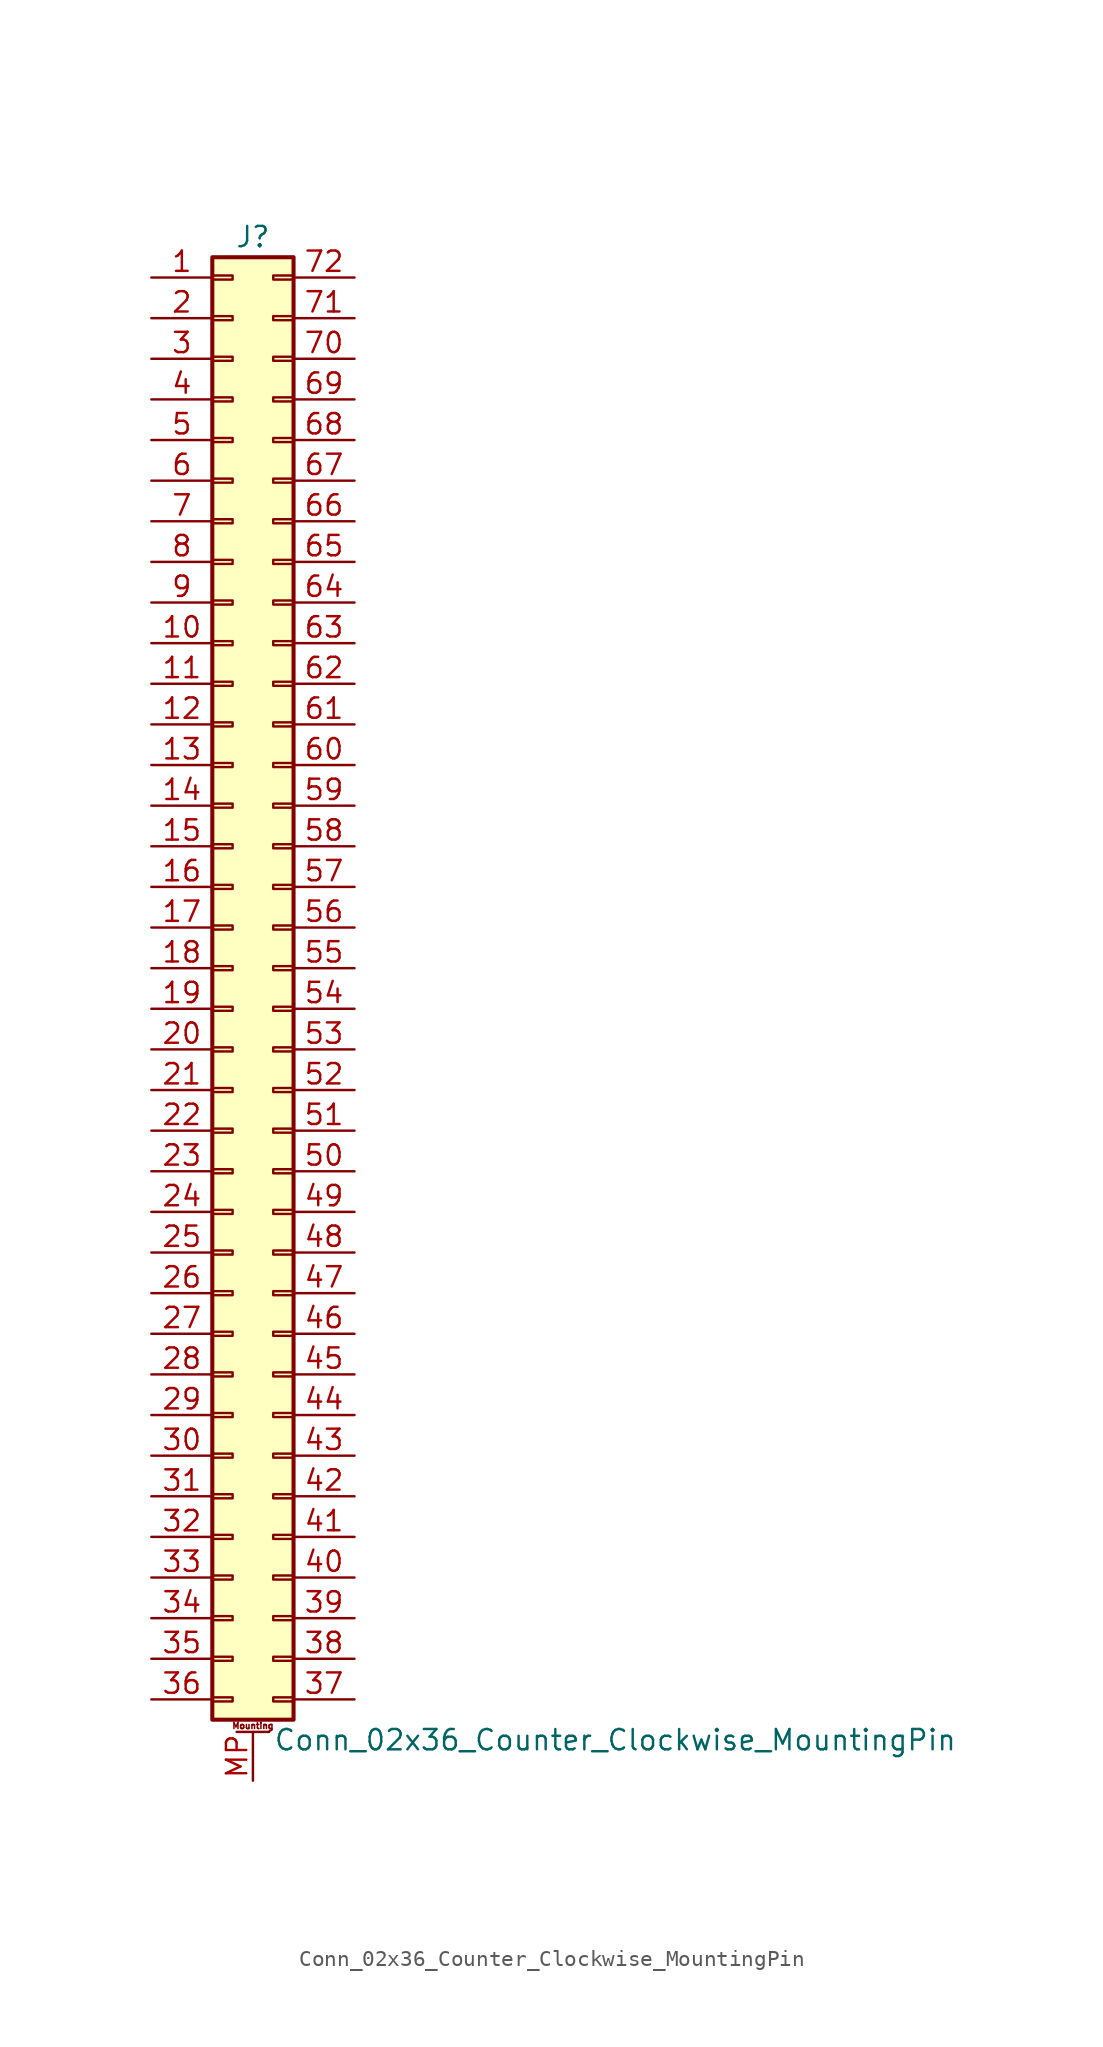
<source format=kicad_sym>
(kicad_symbol_lib
  (version 20201005)
  (generator kicad_symbol_editor)
  (symbol "Conn_02x36_Counter_Clockwise_MountingPin"
    (pin_names
      (offset 1.016) hide)
    (property "Reference" "J"
      (at 1.27 45.72 0)
      (effects (font (size 1.27 1.27))))
    (property "Value" "Conn_02x36_Counter_Clockwise_MountingPin"
      (at 2.54 -48.26 0)
      (effects (font (size 1.27 1.27)) (justify left)))
    (symbol "Conn_02x36_Counter_Clockwise_MountingPin_1_1"
      (text "Mounting" (at 1.27 -47.371 0) (effects (font (size 0.381 0.381))))
      (rectangle (start -1.27 -45.593) (end 0 -45.847) (stroke (width 0.152)) (fill (type none)))
      (rectangle (start -1.27 -43.053) (end 0 -43.307) (stroke (width 0.152)) (fill (type none)))
      (rectangle (start -1.27 -40.513) (end 0 -40.767) (stroke (width 0.152)) (fill (type none)))
      (rectangle (start -1.27 -37.973) (end 0 -38.227) (stroke (width 0.152)) (fill (type none)))
      (rectangle (start -1.27 -35.433) (end 0 -35.687) (stroke (width 0.152)) (fill (type none)))
      (rectangle (start -1.27 -32.893) (end 0 -33.147) (stroke (width 0.152)) (fill (type none)))
      (rectangle (start -1.27 -30.353) (end 0 -30.607) (stroke (width 0.152)) (fill (type none)))
      (rectangle (start -1.27 -27.813) (end 0 -28.067) (stroke (width 0.152)) (fill (type none)))
      (rectangle (start -1.27 -25.273) (end 0 -25.527) (stroke (width 0.152)) (fill (type none)))
      (rectangle (start -1.27 -22.733) (end 0 -22.987) (stroke (width 0.152)) (fill (type none)))
      (rectangle (start -1.27 -20.193) (end 0 -20.447) (stroke (width 0.152)) (fill (type none)))
      (rectangle (start -1.27 -17.653) (end 0 -17.907) (stroke (width 0.152)) (fill (type none)))
      (rectangle (start -1.27 -15.113) (end 0 -15.367) (stroke (width 0.152)) (fill (type none)))
      (rectangle (start -1.27 -12.573) (end 0 -12.827) (stroke (width 0.152)) (fill (type none)))
      (rectangle (start -1.27 -10.033) (end 0 -10.287) (stroke (width 0.152)) (fill (type none)))
      (rectangle (start -1.27 -7.493) (end 0 -7.747) (stroke (width 0.152)) (fill (type none)))
      (rectangle (start -1.27 -4.953) (end 0 -5.207) (stroke (width 0.152)) (fill (type none)))
      (rectangle (start -1.27 -2.413) (end 0 -2.667) (stroke (width 0.152)) (fill (type none)))
      (rectangle (start -1.27 0.127) (end 0 -0.127) (stroke (width 0.152)) (fill (type none)))
      (rectangle (start -1.27 2.667) (end 0 2.413) (stroke (width 0.152)) (fill (type none)))
      (rectangle (start -1.27 5.207) (end 0 4.953) (stroke (width 0.152)) (fill (type none)))
      (rectangle (start -1.27 7.747) (end 0 7.493) (stroke (width 0.152)) (fill (type none)))
      (rectangle (start -1.27 10.287) (end 0 10.033) (stroke (width 0.152)) (fill (type none)))
      (rectangle (start -1.27 12.827) (end 0 12.573) (stroke (width 0.152)) (fill (type none)))
      (rectangle (start -1.27 15.367) (end 0 15.113) (stroke (width 0.152)) (fill (type none)))
      (rectangle (start -1.27 17.907) (end 0 17.653) (stroke (width 0.152)) (fill (type none)))
      (rectangle (start -1.27 20.447) (end 0 20.193) (stroke (width 0.152)) (fill (type none)))
      (rectangle (start -1.27 22.987) (end 0 22.733) (stroke (width 0.152)) (fill (type none)))
      (rectangle (start -1.27 25.527) (end 0 25.273) (stroke (width 0.152)) (fill (type none)))
      (rectangle (start -1.27 28.067) (end 0 27.813) (stroke (width 0.152)) (fill (type none)))
      (rectangle (start -1.27 30.607) (end 0 30.353) (stroke (width 0.152)) (fill (type none)))
      (rectangle (start -1.27 33.147) (end 0 32.893) (stroke (width 0.152)) (fill (type none)))
      (rectangle (start -1.27 35.687) (end 0 35.433) (stroke (width 0.152)) (fill (type none)))
      (rectangle (start -1.27 38.227) (end 0 37.973) (stroke (width 0.152)) (fill (type none)))
      (rectangle (start -1.27 40.767) (end 0 40.513) (stroke (width 0.152)) (fill (type none)))
      (rectangle (start -1.27 43.307) (end 0 43.053) (stroke (width 0.152)) (fill (type none)))
      (rectangle (start 3.81 -45.593) (end 2.54 -45.847) (stroke (width 0.152)) (fill (type none)))
      (rectangle (start 3.81 -43.053) (end 2.54 -43.307) (stroke (width 0.152)) (fill (type none)))
      (rectangle (start 3.81 -40.513) (end 2.54 -40.767) (stroke (width 0.152)) (fill (type none)))
      (rectangle (start 3.81 -37.973) (end 2.54 -38.227) (stroke (width 0.152)) (fill (type none)))
      (rectangle (start 3.81 -35.433) (end 2.54 -35.687) (stroke (width 0.152)) (fill (type none)))
      (rectangle (start 3.81 -32.893) (end 2.54 -33.147) (stroke (width 0.152)) (fill (type none)))
      (rectangle (start 3.81 -30.353) (end 2.54 -30.607) (stroke (width 0.152)) (fill (type none)))
      (rectangle (start 3.81 -27.813) (end 2.54 -28.067) (stroke (width 0.152)) (fill (type none)))
      (rectangle (start 3.81 -25.273) (end 2.54 -25.527) (stroke (width 0.152)) (fill (type none)))
      (rectangle (start 3.81 -22.733) (end 2.54 -22.987) (stroke (width 0.152)) (fill (type none)))
      (rectangle (start 3.81 -20.193) (end 2.54 -20.447) (stroke (width 0.152)) (fill (type none)))
      (rectangle (start 3.81 -17.653) (end 2.54 -17.907) (stroke (width 0.152)) (fill (type none)))
      (rectangle (start 3.81 -15.113) (end 2.54 -15.367) (stroke (width 0.152)) (fill (type none)))
      (rectangle (start 3.81 -12.573) (end 2.54 -12.827) (stroke (width 0.152)) (fill (type none)))
      (rectangle (start 3.81 -10.033) (end 2.54 -10.287) (stroke (width 0.152)) (fill (type none)))
      (rectangle (start 3.81 -7.493) (end 2.54 -7.747) (stroke (width 0.152)) (fill (type none)))
      (rectangle (start 3.81 -4.953) (end 2.54 -5.207) (stroke (width 0.152)) (fill (type none)))
      (rectangle (start 3.81 -2.413) (end 2.54 -2.667) (stroke (width 0.152)) (fill (type none)))
      (rectangle (start 3.81 0.127) (end 2.54 -0.127) (stroke (width 0.152)) (fill (type none)))
      (rectangle (start 3.81 2.667) (end 2.54 2.413) (stroke (width 0.152)) (fill (type none)))
      (rectangle (start 3.81 5.207) (end 2.54 4.953) (stroke (width 0.152)) (fill (type none)))
      (rectangle (start 3.81 7.747) (end 2.54 7.493) (stroke (width 0.152)) (fill (type none)))
      (rectangle (start 3.81 10.287) (end 2.54 10.033) (stroke (width 0.152)) (fill (type none)))
      (rectangle (start 3.81 12.827) (end 2.54 12.573) (stroke (width 0.152)) (fill (type none)))
      (rectangle (start 3.81 15.367) (end 2.54 15.113) (stroke (width 0.152)) (fill (type none)))
      (rectangle (start 3.81 17.907) (end 2.54 17.653) (stroke (width 0.152)) (fill (type none)))
      (rectangle (start 3.81 20.447) (end 2.54 20.193) (stroke (width 0.152)) (fill (type none)))
      (rectangle (start 3.81 22.987) (end 2.54 22.733) (stroke (width 0.152)) (fill (type none)))
      (rectangle (start 3.81 25.527) (end 2.54 25.273) (stroke (width 0.152)) (fill (type none)))
      (rectangle (start 3.81 28.067) (end 2.54 27.813) (stroke (width 0.152)) (fill (type none)))
      (rectangle (start 3.81 30.607) (end 2.54 30.353) (stroke (width 0.152)) (fill (type none)))
      (rectangle (start 3.81 33.147) (end 2.54 32.893) (stroke (width 0.152)) (fill (type none)))
      (rectangle (start 3.81 35.687) (end 2.54 35.433) (stroke (width 0.152)) (fill (type none)))
      (rectangle (start 3.81 38.227) (end 2.54 37.973) (stroke (width 0.152)) (fill (type none)))
      (rectangle (start 3.81 40.767) (end 2.54 40.513) (stroke (width 0.152)) (fill (type none)))
      (rectangle (start 3.81 43.307) (end 2.54 43.053) (stroke (width 0.152)) (fill (type none)))
      (rectangle (start -1.27 44.45) (end 3.81 -46.99) (stroke (width 0.254)) (fill (type background)))
      (polyline (pts (xy 0.254 -47.752) (xy 2.286 -47.752)) (stroke (width 0.152)) (fill (type none)))
      (pin passive line (at -5.08 43.18 0) (length 3.81) (name "Pin_1" (effects (font (size 1.27 1.27)))) (number "1" (effects (font (size 1.27 1.27)))))
      (pin passive line (at -5.08 20.32 0) (length 3.81) (name "Pin_10" (effects (font (size 1.27 1.27)))) (number "10" (effects (font (size 1.27 1.27)))))
      (pin passive line (at -5.08 17.78 0) (length 3.81) (name "Pin_11" (effects (font (size 1.27 1.27)))) (number "11" (effects (font (size 1.27 1.27)))))
      (pin passive line (at -5.08 15.24 0) (length 3.81) (name "Pin_12" (effects (font (size 1.27 1.27)))) (number "12" (effects (font (size 1.27 1.27)))))
      (pin passive line (at -5.08 12.7 0) (length 3.81) (name "Pin_13" (effects (font (size 1.27 1.27)))) (number "13" (effects (font (size 1.27 1.27)))))
      (pin passive line (at -5.08 10.16 0) (length 3.81) (name "Pin_14" (effects (font (size 1.27 1.27)))) (number "14" (effects (font (size 1.27 1.27)))))
      (pin passive line (at -5.08 7.62 0) (length 3.81) (name "Pin_15" (effects (font (size 1.27 1.27)))) (number "15" (effects (font (size 1.27 1.27)))))
      (pin passive line (at -5.08 5.08 0) (length 3.81) (name "Pin_16" (effects (font (size 1.27 1.27)))) (number "16" (effects (font (size 1.27 1.27)))))
      (pin passive line (at -5.08 2.54 0) (length 3.81) (name "Pin_17" (effects (font (size 1.27 1.27)))) (number "17" (effects (font (size 1.27 1.27)))))
      (pin passive line (at -5.08 0 0) (length 3.81) (name "Pin_18" (effects (font (size 1.27 1.27)))) (number "18" (effects (font (size 1.27 1.27)))))
      (pin passive line (at -5.08 -2.54 0) (length 3.81) (name "Pin_19" (effects (font (size 1.27 1.27)))) (number "19" (effects (font (size 1.27 1.27)))))
      (pin passive line (at -5.08 40.64 0) (length 3.81) (name "Pin_2" (effects (font (size 1.27 1.27)))) (number "2" (effects (font (size 1.27 1.27)))))
      (pin passive line (at -5.08 -5.08 0) (length 3.81) (name "Pin_20" (effects (font (size 1.27 1.27)))) (number "20" (effects (font (size 1.27 1.27)))))
      (pin passive line (at -5.08 -7.62 0) (length 3.81) (name "Pin_21" (effects (font (size 1.27 1.27)))) (number "21" (effects (font (size 1.27 1.27)))))
      (pin passive line (at -5.08 -10.16 0) (length 3.81) (name "Pin_22" (effects (font (size 1.27 1.27)))) (number "22" (effects (font (size 1.27 1.27)))))
      (pin passive line (at -5.08 -12.7 0) (length 3.81) (name "Pin_23" (effects (font (size 1.27 1.27)))) (number "23" (effects (font (size 1.27 1.27)))))
      (pin passive line (at -5.08 -15.24 0) (length 3.81) (name "Pin_24" (effects (font (size 1.27 1.27)))) (number "24" (effects (font (size 1.27 1.27)))))
      (pin passive line (at -5.08 -17.78 0) (length 3.81) (name "Pin_25" (effects (font (size 1.27 1.27)))) (number "25" (effects (font (size 1.27 1.27)))))
      (pin passive line (at -5.08 -20.32 0) (length 3.81) (name "Pin_26" (effects (font (size 1.27 1.27)))) (number "26" (effects (font (size 1.27 1.27)))))
      (pin passive line (at -5.08 -22.86 0) (length 3.81) (name "Pin_27" (effects (font (size 1.27 1.27)))) (number "27" (effects (font (size 1.27 1.27)))))
      (pin passive line (at -5.08 -25.4 0) (length 3.81) (name "Pin_28" (effects (font (size 1.27 1.27)))) (number "28" (effects (font (size 1.27 1.27)))))
      (pin passive line (at -5.08 -27.94 0) (length 3.81) (name "Pin_29" (effects (font (size 1.27 1.27)))) (number "29" (effects (font (size 1.27 1.27)))))
      (pin passive line (at -5.08 38.1 0) (length 3.81) (name "Pin_3" (effects (font (size 1.27 1.27)))) (number "3" (effects (font (size 1.27 1.27)))))
      (pin passive line (at -5.08 -30.48 0) (length 3.81) (name "Pin_30" (effects (font (size 1.27 1.27)))) (number "30" (effects (font (size 1.27 1.27)))))
      (pin passive line (at -5.08 -33.02 0) (length 3.81) (name "Pin_31" (effects (font (size 1.27 1.27)))) (number "31" (effects (font (size 1.27 1.27)))))
      (pin passive line (at -5.08 -35.56 0) (length 3.81) (name "Pin_32" (effects (font (size 1.27 1.27)))) (number "32" (effects (font (size 1.27 1.27)))))
      (pin passive line (at -5.08 -38.1 0) (length 3.81) (name "Pin_33" (effects (font (size 1.27 1.27)))) (number "33" (effects (font (size 1.27 1.27)))))
      (pin passive line (at -5.08 -40.64 0) (length 3.81) (name "Pin_34" (effects (font (size 1.27 1.27)))) (number "34" (effects (font (size 1.27 1.27)))))
      (pin passive line (at -5.08 -43.18 0) (length 3.81) (name "Pin_35" (effects (font (size 1.27 1.27)))) (number "35" (effects (font (size 1.27 1.27)))))
      (pin passive line (at -5.08 -45.72 0) (length 3.81) (name "Pin_36" (effects (font (size 1.27 1.27)))) (number "36" (effects (font (size 1.27 1.27)))))
      (pin passive line (at 7.62 -45.72 180) (length 3.81) (name "Pin_37" (effects (font (size 1.27 1.27)))) (number "37" (effects (font (size 1.27 1.27)))))
      (pin passive line (at 7.62 -43.18 180) (length 3.81) (name "Pin_38" (effects (font (size 1.27 1.27)))) (number "38" (effects (font (size 1.27 1.27)))))
      (pin passive line (at 7.62 -40.64 180) (length 3.81) (name "Pin_39" (effects (font (size 1.27 1.27)))) (number "39" (effects (font (size 1.27 1.27)))))
      (pin passive line (at -5.08 35.56 0) (length 3.81) (name "Pin_4" (effects (font (size 1.27 1.27)))) (number "4" (effects (font (size 1.27 1.27)))))
      (pin passive line (at 7.62 -38.1 180) (length 3.81) (name "Pin_40" (effects (font (size 1.27 1.27)))) (number "40" (effects (font (size 1.27 1.27)))))
      (pin passive line (at 7.62 -35.56 180) (length 3.81) (name "Pin_41" (effects (font (size 1.27 1.27)))) (number "41" (effects (font (size 1.27 1.27)))))
      (pin passive line (at 7.62 -33.02 180) (length 3.81) (name "Pin_42" (effects (font (size 1.27 1.27)))) (number "42" (effects (font (size 1.27 1.27)))))
      (pin passive line (at 7.62 -30.48 180) (length 3.81) (name "Pin_43" (effects (font (size 1.27 1.27)))) (number "43" (effects (font (size 1.27 1.27)))))
      (pin passive line (at 7.62 -27.94 180) (length 3.81) (name "Pin_44" (effects (font (size 1.27 1.27)))) (number "44" (effects (font (size 1.27 1.27)))))
      (pin passive line (at 7.62 -25.4 180) (length 3.81) (name "Pin_45" (effects (font (size 1.27 1.27)))) (number "45" (effects (font (size 1.27 1.27)))))
      (pin passive line (at 7.62 -22.86 180) (length 3.81) (name "Pin_46" (effects (font (size 1.27 1.27)))) (number "46" (effects (font (size 1.27 1.27)))))
      (pin passive line (at 7.62 -20.32 180) (length 3.81) (name "Pin_47" (effects (font (size 1.27 1.27)))) (number "47" (effects (font (size 1.27 1.27)))))
      (pin passive line (at 7.62 -17.78 180) (length 3.81) (name "Pin_48" (effects (font (size 1.27 1.27)))) (number "48" (effects (font (size 1.27 1.27)))))
      (pin passive line (at 7.62 -15.24 180) (length 3.81) (name "Pin_49" (effects (font (size 1.27 1.27)))) (number "49" (effects (font (size 1.27 1.27)))))
      (pin passive line (at -5.08 33.02 0) (length 3.81) (name "Pin_5" (effects (font (size 1.27 1.27)))) (number "5" (effects (font (size 1.27 1.27)))))
      (pin passive line (at 7.62 -12.7 180) (length 3.81) (name "Pin_50" (effects (font (size 1.27 1.27)))) (number "50" (effects (font (size 1.27 1.27)))))
      (pin passive line (at 7.62 -10.16 180) (length 3.81) (name "Pin_51" (effects (font (size 1.27 1.27)))) (number "51" (effects (font (size 1.27 1.27)))))
      (pin passive line (at 7.62 -7.62 180) (length 3.81) (name "Pin_52" (effects (font (size 1.27 1.27)))) (number "52" (effects (font (size 1.27 1.27)))))
      (pin passive line (at 7.62 -5.08 180) (length 3.81) (name "Pin_53" (effects (font (size 1.27 1.27)))) (number "53" (effects (font (size 1.27 1.27)))))
      (pin passive line (at 7.62 -2.54 180) (length 3.81) (name "Pin_54" (effects (font (size 1.27 1.27)))) (number "54" (effects (font (size 1.27 1.27)))))
      (pin passive line (at 7.62 0 180) (length 3.81) (name "Pin_55" (effects (font (size 1.27 1.27)))) (number "55" (effects (font (size 1.27 1.27)))))
      (pin passive line (at 7.62 2.54 180) (length 3.81) (name "Pin_56" (effects (font (size 1.27 1.27)))) (number "56" (effects (font (size 1.27 1.27)))))
      (pin passive line (at 7.62 5.08 180) (length 3.81) (name "Pin_57" (effects (font (size 1.27 1.27)))) (number "57" (effects (font (size 1.27 1.27)))))
      (pin passive line (at 7.62 7.62 180) (length 3.81) (name "Pin_58" (effects (font (size 1.27 1.27)))) (number "58" (effects (font (size 1.27 1.27)))))
      (pin passive line (at 7.62 10.16 180) (length 3.81) (name "Pin_59" (effects (font (size 1.27 1.27)))) (number "59" (effects (font (size 1.27 1.27)))))
      (pin passive line (at -5.08 30.48 0) (length 3.81) (name "Pin_6" (effects (font (size 1.27 1.27)))) (number "6" (effects (font (size 1.27 1.27)))))
      (pin passive line (at 7.62 12.7 180) (length 3.81) (name "Pin_60" (effects (font (size 1.27 1.27)))) (number "60" (effects (font (size 1.27 1.27)))))
      (pin passive line (at 7.62 15.24 180) (length 3.81) (name "Pin_61" (effects (font (size 1.27 1.27)))) (number "61" (effects (font (size 1.27 1.27)))))
      (pin passive line (at 7.62 17.78 180) (length 3.81) (name "Pin_62" (effects (font (size 1.27 1.27)))) (number "62" (effects (font (size 1.27 1.27)))))
      (pin passive line (at 7.62 20.32 180) (length 3.81) (name "Pin_63" (effects (font (size 1.27 1.27)))) (number "63" (effects (font (size 1.27 1.27)))))
      (pin passive line (at 7.62 22.86 180) (length 3.81) (name "Pin_64" (effects (font (size 1.27 1.27)))) (number "64" (effects (font (size 1.27 1.27)))))
      (pin passive line (at 7.62 25.4 180) (length 3.81) (name "Pin_65" (effects (font (size 1.27 1.27)))) (number "65" (effects (font (size 1.27 1.27)))))
      (pin passive line (at 7.62 27.94 180) (length 3.81) (name "Pin_66" (effects (font (size 1.27 1.27)))) (number "66" (effects (font (size 1.27 1.27)))))
      (pin passive line (at 7.62 30.48 180) (length 3.81) (name "Pin_67" (effects (font (size 1.27 1.27)))) (number "67" (effects (font (size 1.27 1.27)))))
      (pin passive line (at 7.62 33.02 180) (length 3.81) (name "Pin_68" (effects (font (size 1.27 1.27)))) (number "68" (effects (font (size 1.27 1.27)))))
      (pin passive line (at 7.62 35.56 180) (length 3.81) (name "Pin_69" (effects (font (size 1.27 1.27)))) (number "69" (effects (font (size 1.27 1.27)))))
      (pin passive line (at -5.08 27.94 0) (length 3.81) (name "Pin_7" (effects (font (size 1.27 1.27)))) (number "7" (effects (font (size 1.27 1.27)))))
      (pin passive line (at 7.62 38.1 180) (length 3.81) (name "Pin_70" (effects (font (size 1.27 1.27)))) (number "70" (effects (font (size 1.27 1.27)))))
      (pin passive line (at 7.62 40.64 180) (length 3.81) (name "Pin_71" (effects (font (size 1.27 1.27)))) (number "71" (effects (font (size 1.27 1.27)))))
      (pin passive line (at 7.62 43.18 180) (length 3.81) (name "Pin_72" (effects (font (size 1.27 1.27)))) (number "72" (effects (font (size 1.27 1.27)))))
      (pin passive line (at -5.08 25.4 0) (length 3.81) (name "Pin_8" (effects (font (size 1.27 1.27)))) (number "8" (effects (font (size 1.27 1.27)))))
      (pin passive line (at -5.08 22.86 0) (length 3.81) (name "Pin_9" (effects (font (size 1.27 1.27)))) (number "9" (effects (font (size 1.27 1.27)))))
      (pin passive line (at 1.27 -50.8 90) (length 3.048) (name "MountPin" (effects (font (size 1.27 1.27)))) (number "MP" (effects (font (size 1.27 1.27))))))))
</source>
